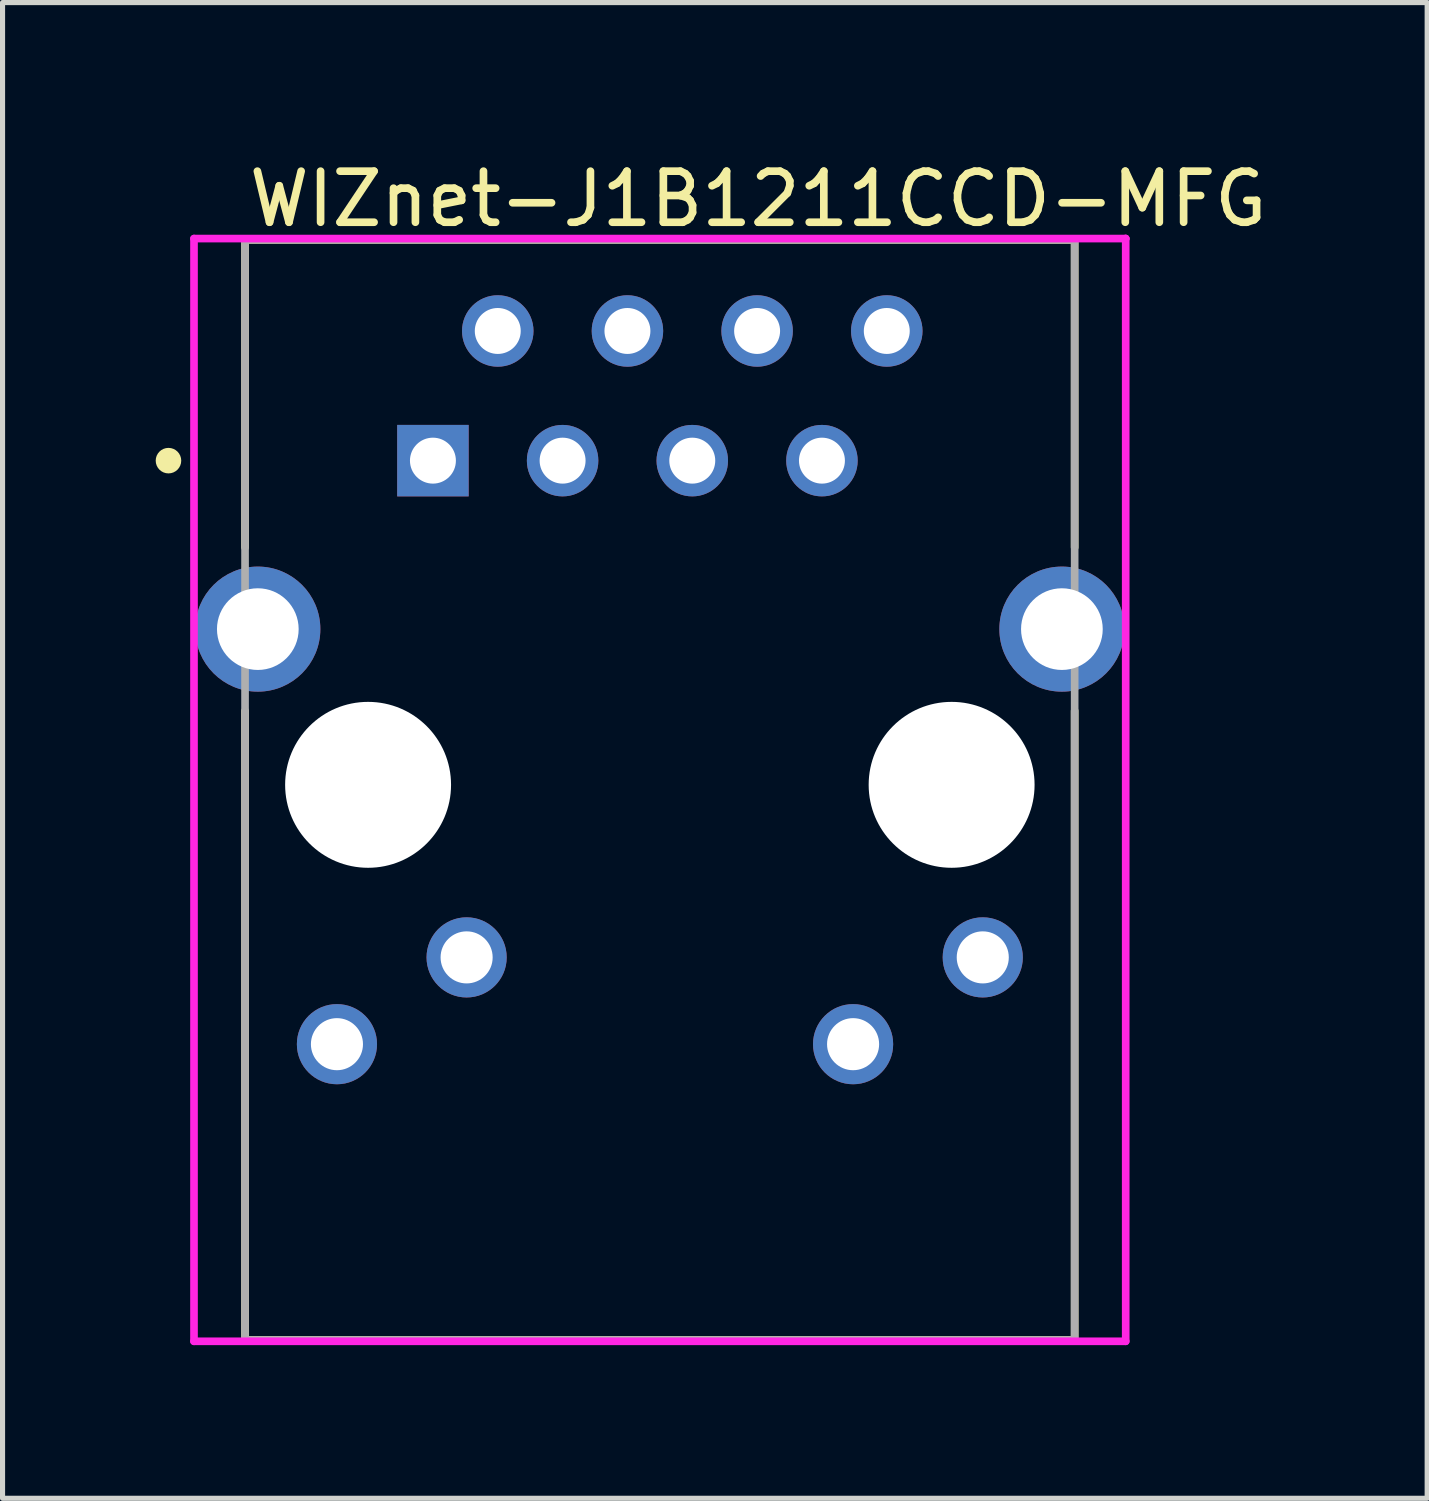
<source format=kicad_pcb>
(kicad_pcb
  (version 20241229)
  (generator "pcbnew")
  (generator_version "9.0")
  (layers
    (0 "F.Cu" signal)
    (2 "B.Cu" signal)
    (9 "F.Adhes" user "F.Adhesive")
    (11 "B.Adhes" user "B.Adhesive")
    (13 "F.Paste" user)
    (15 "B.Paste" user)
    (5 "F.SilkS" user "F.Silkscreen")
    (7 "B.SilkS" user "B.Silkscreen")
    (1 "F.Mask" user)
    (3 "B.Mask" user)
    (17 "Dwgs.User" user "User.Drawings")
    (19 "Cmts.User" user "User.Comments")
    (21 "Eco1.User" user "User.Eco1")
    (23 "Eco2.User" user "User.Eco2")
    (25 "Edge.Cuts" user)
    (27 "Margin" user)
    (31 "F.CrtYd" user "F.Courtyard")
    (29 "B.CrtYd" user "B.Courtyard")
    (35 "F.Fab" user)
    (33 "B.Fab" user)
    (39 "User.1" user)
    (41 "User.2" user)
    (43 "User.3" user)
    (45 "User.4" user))
  (footprint "WIZnet-J1B1211CCD-MFG"
    (layer "F.Cu")
    (at 9.875 12.423)
    (property "Reference" "WIZnet-J1B1211CCD-MFG" (at -8.125 -11.575 0) (layer "F.SilkS") (effects (font (size 1 1) (thickness 0.15)) (justify left)))
    (attr through_hole)
    (fp_line (start -8.125 -10.775) (end 8.125 -10.775) (stroke (width 0.15) (type solid)) (layer "F.SilkS"))
    (fp_line (start -8.125 -4.75) (end -8.125 -10.775) (stroke (width 0.15) (type solid)) (layer "F.SilkS"))
    (fp_line (start -8.125 10.775) (end -8.125 -1.55) (stroke (width 0.15) (type solid)) (layer "F.SilkS"))
    (fp_line (start -8.125 10.775) (end 8.125 10.775) (stroke (width 0.15) (type solid)) (layer "F.SilkS"))
    (fp_line (start 8.125 -4.75) (end 8.125 -10.775) (stroke (width 0.15) (type solid)) (layer "F.SilkS"))
    (fp_line (start 8.125 10.775) (end 8.125 -1.55) (stroke (width 0.15) (type solid)) (layer "F.SilkS"))
    (fp_circle (center -9.625 -6.45) (end -9.5 -6.45) (stroke (width 0.25) (type solid)) (fill no) (layer "F.SilkS"))
    (fp_line (start -9.125 -10.8) (end -9.125 10.8) (stroke (width 0.15) (type solid)) (layer "F.CrtYd"))
    (fp_line (start -9.125 10.8) (end 9.125 10.8) (stroke (width 0.15) (type solid)) (layer "F.CrtYd"))
    (fp_line (start 9.125 -10.8) (end -9.125 -10.8) (stroke (width 0.15) (type solid)) (layer "F.CrtYd"))
    (fp_line (start 9.125 -10.8) (end 9.125 -10.8) (stroke (width 0.15) (type solid)) (layer "F.CrtYd"))
    (fp_line (start 9.125 10.8) (end 9.125 -10.8) (stroke (width 0.15) (type solid)) (layer "F.CrtYd"))
    (fp_line (start -8.125 -10.775) (end 8.125 -10.775) (stroke (width 0.15) (type solid)) (layer "F.Fab"))
    (fp_line (start -8.125 10.775) (end -8.125 -10.775) (stroke (width 0.15) (type solid)) (layer "F.Fab"))
    (fp_line (start 8.125 -10.775) (end 8.125 10.775) (stroke (width 0.15) (type solid)) (layer "F.Fab"))
    (fp_line (start 8.125 10.775) (end -8.125 10.775) (stroke (width 0.15) (type solid)) (layer "F.Fab"))
    (pad "" np_thru_hole circle (at -5.715 -0.1) (size 3.25 3.25) (drill 3.25) (layers "*.Cu" "*.Mask"))
    (pad "" np_thru_hole circle (at 5.715 -0.1) (size 3.25 3.25) (drill 3.25) (layers "*.Cu" "*.Mask"))
    (pad "1" thru_hole rect (at -4.445 -6.45) (size 1.4 1.4) (drill 0.9) (layers "*.Cu"))
    (pad "2" thru_hole circle (at -3.175 -8.99) (size 1.4 1.4) (drill 0.9) (layers "*.Cu"))
    (pad "3" thru_hole circle (at -1.905 -6.45) (size 1.4 1.4) (drill 0.9) (layers "*.Cu"))
    (pad "4" thru_hole circle (at -0.635 -8.99) (size 1.4 1.4) (drill 0.9) (layers "*.Cu"))
    (pad "5" thru_hole circle (at 0.635 -6.45) (size 1.4 1.4) (drill 0.9) (layers "*.Cu"))
    (pad "6" thru_hole circle (at 1.905 -8.99) (size 1.4 1.4) (drill 0.9) (layers "*.Cu"))
    (pad "7" thru_hole circle (at 3.175 -6.45) (size 1.4 1.4) (drill 0.9) (layers "*.Cu"))
    (pad "8" thru_hole circle (at 4.445 -8.99) (size 1.4 1.4) (drill 0.9) (layers "*.Cu"))
    (pad "9" thru_hole circle (at -6.325 4.98) (size 1.57 1.57) (drill 1.02) (layers "*.Cu"))
    (pad "10" thru_hole circle (at -3.785 3.28) (size 1.57 1.57) (drill 1.02) (layers "*.Cu"))
    (pad "11" thru_hole circle (at 3.785 4.98) (size 1.57 1.57) (drill 1.02) (layers "*.Cu"))
    (pad "12" thru_hole circle (at 6.325 3.28) (size 1.57 1.57) (drill 1.02) (layers "*.Cu"))
    (pad "13" thru_hole circle (at -7.875 -3.15) (size 2.45 2.45) (drill 1.6) (layers "*.Cu"))
    (pad "14" thru_hole circle (at 7.875 -3.15) (size 2.45 2.45) (drill 1.6) (layers "*.Cu")))
  (gr_rect
    (start -3 -3)
    (end 24.905 26.298)
    (stroke (width 0.1) (type default))
    (fill no)
    (layer "Edge.Cuts")))
</source>
